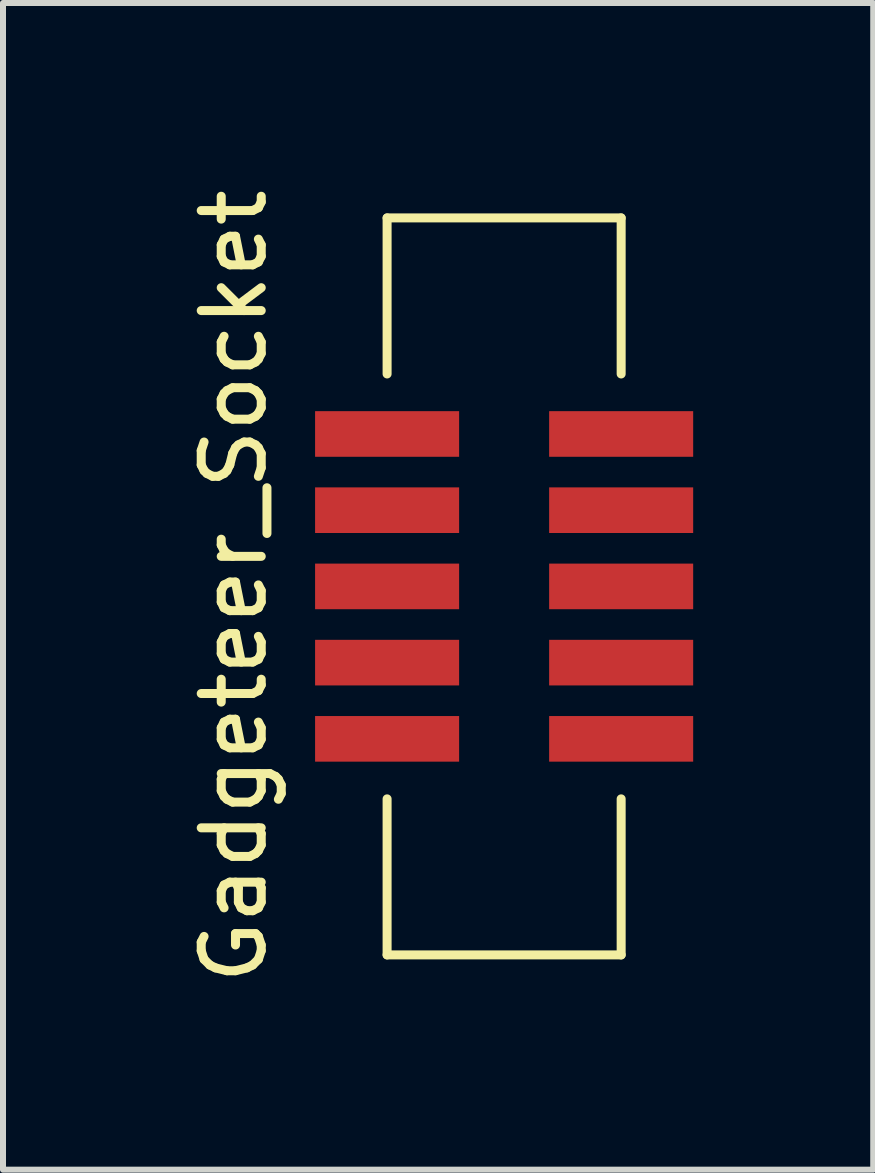
<source format=kicad_pcb>
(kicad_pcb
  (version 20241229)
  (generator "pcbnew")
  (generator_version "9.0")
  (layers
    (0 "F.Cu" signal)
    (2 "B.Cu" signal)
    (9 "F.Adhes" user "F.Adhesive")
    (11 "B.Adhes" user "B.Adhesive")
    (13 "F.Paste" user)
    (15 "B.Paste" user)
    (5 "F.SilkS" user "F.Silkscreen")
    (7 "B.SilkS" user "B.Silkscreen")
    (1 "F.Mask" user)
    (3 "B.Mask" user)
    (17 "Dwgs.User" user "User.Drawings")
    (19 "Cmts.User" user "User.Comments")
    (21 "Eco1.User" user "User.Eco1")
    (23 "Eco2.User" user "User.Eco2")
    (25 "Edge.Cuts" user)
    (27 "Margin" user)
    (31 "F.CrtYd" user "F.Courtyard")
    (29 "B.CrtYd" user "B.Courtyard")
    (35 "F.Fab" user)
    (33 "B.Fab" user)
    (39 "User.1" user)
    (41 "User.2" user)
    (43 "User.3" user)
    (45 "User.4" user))
  (footprint "Gadgeteer_Socket"
    (layer "F.Cu")
    (at 5.348 6.72)
    (property "Reference" "Gadgeteer_Socket" (at -4.5 0 90) (layer "F.SilkS") (effects (font (size 1 1) (thickness 0.15))))
    (attr through_hole)
    (fp_line (start -1.948 -6.139) (end 1.952 -6.139) (stroke (width 0.15) (type solid)) (layer "F.SilkS"))
    (fp_line (start -1.948 -3.539) (end -1.948 -6.139) (stroke (width 0.15) (type solid)) (layer "F.SilkS"))
    (fp_line (start -1.948 3.541) (end -1.948 6.141) (stroke (width 0.15) (type solid)) (layer "F.SilkS"))
    (fp_line (start -1.948 6.141) (end 1.952 6.141) (stroke (width 0.15) (type solid)) (layer "F.SilkS"))
    (fp_line (start 1.952 -6.139) (end 1.952 -3.539) (stroke (width 0.15) (type solid)) (layer "F.SilkS"))
    (fp_line (start 1.952 6.141) (end 1.952 3.541) (stroke (width 0.15) (type solid)) (layer "F.SilkS"))
    (pad "1" smd rect (at -1.948 -2.539) (size 2.4 0.76) (layers "F.Cu" "F.Mask" "F.Paste"))
    (pad "2" smd rect (at 1.952 -2.539) (size 2.4 0.76) (layers "F.Cu" "F.Mask" "F.Paste"))
    (pad "3" smd rect (at -1.948 -1.269) (size 2.4 0.76) (layers "F.Cu" "F.Mask" "F.Paste"))
    (pad "4" smd rect (at 1.952 -1.269) (size 2.4 0.76) (layers "F.Cu" "F.Mask" "F.Paste"))
    (pad "5" smd rect (at -1.948 0.001) (size 2.4 0.76) (layers "F.Cu" "F.Mask" "F.Paste"))
    (pad "6" smd rect (at 1.952 0.001) (size 2.4 0.76) (layers "F.Cu" "F.Mask" "F.Paste"))
    (pad "7" smd rect (at -1.948 1.271) (size 2.4 0.76) (layers "F.Cu" "F.Mask" "F.Paste"))
    (pad "8" smd rect (at 1.952 1.271) (size 2.4 0.76) (layers "F.Cu" "F.Mask" "F.Paste"))
    (pad "9" smd rect (at -1.948 2.541) (size 2.4 0.76) (layers "F.Cu" "F.Mask" "F.Paste"))
    (pad "10" smd rect (at 1.952 2.541) (size 2.4 0.76) (layers "F.Cu" "F.Mask" "F.Paste")))
  (gr_rect
    (start -3 -3)
    (end 11.5 16.44)
    (stroke (width 0.1) (type default))
    (fill no)
    (layer "Edge.Cuts")))
</source>
